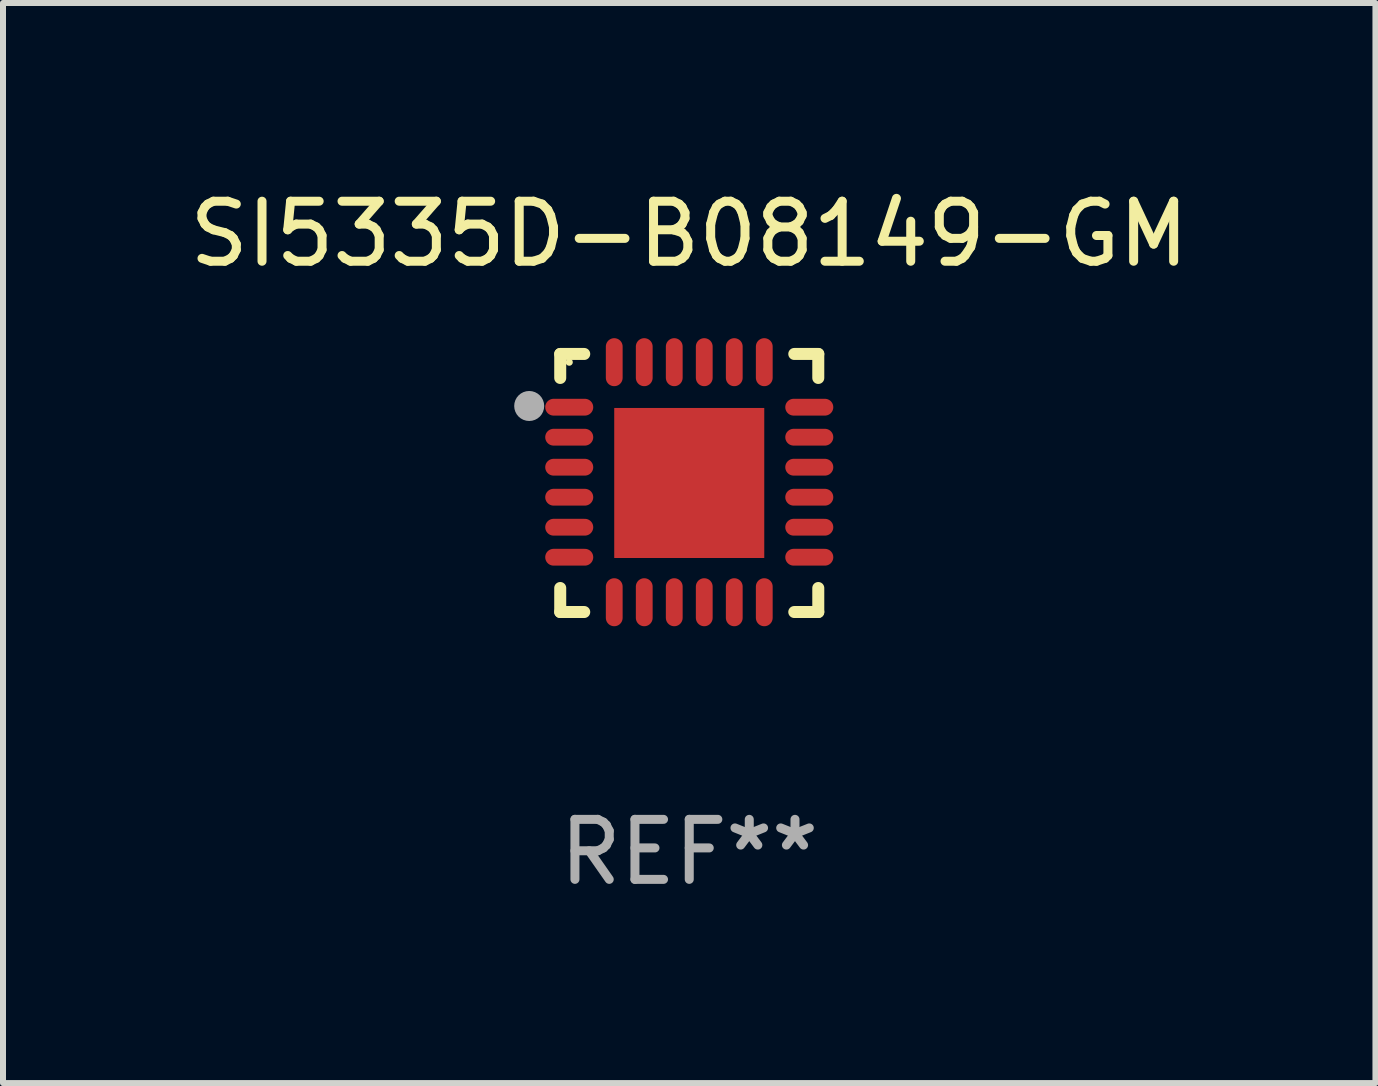
<source format=kicad_pcb>
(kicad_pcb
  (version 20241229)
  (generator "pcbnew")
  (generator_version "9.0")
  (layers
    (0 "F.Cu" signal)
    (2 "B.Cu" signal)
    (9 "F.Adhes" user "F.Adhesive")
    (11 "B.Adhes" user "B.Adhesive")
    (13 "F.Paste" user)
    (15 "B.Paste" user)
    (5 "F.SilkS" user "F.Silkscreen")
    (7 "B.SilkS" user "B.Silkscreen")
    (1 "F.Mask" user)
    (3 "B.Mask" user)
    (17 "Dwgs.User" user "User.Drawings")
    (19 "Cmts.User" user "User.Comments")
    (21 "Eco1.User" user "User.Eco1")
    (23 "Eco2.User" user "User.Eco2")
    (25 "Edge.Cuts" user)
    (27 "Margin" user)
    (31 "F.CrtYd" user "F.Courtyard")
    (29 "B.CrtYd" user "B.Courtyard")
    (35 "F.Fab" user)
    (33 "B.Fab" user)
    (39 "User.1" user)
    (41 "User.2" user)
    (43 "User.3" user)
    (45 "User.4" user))
  (footprint "SI5335D-B08149-GM"
    (layer "F.Cu")
    (at 8.435 4.998)
    (property "Reference" "SI5335D-B08149-GM" (at 0 -4.15 0) (layer "F.SilkS") (effects (font (size 1 1) (thickness 0.15))))
    (attr through_hole)
    (fp_line (start -2.15 -2.15) (end -1.75 -2.15) (stroke (width 0.2) (type solid)) (layer "F.SilkS"))
    (fp_line (start -2.15 -1.75) (end -2.15 -2.15) (stroke (width 0.2) (type solid)) (layer "F.SilkS"))
    (fp_line (start -2.15 2.15) (end -2.15 1.75) (stroke (width 0.2) (type solid)) (layer "F.SilkS"))
    (fp_line (start -1.75 2.15) (end -2.15 2.15) (stroke (width 0.2) (type solid)) (layer "F.SilkS"))
    (fp_line (start 1.75 -2.15) (end 2.15 -2.15) (stroke (width 0.2) (type solid)) (layer "F.SilkS"))
    (fp_line (start 1.75 2.15) (end 2.15 2.15) (stroke (width 0.2) (type solid)) (layer "F.SilkS"))
    (fp_line (start 2.15 -2.15) (end 2.15 -1.75) (stroke (width 0.2) (type solid)) (layer "F.SilkS"))
    (fp_line (start 2.15 2.15) (end 2.15 1.75) (stroke (width 0.2) (type solid)) (layer "F.SilkS"))
    (fp_circle (center -2 -2.013) (end -1.97 -2.013) (stroke (width 0.06) (type solid)) (fill no) (layer "F.SilkS"))
    (fp_circle (center -2.667 -1.283) (end -2.542 -1.283) (stroke (width 0.25) (type solid)) (fill no) (layer "F.Fab"))
    (fp_text user "REF**" (at 0 6.15 0) (layer "F.Fab") (effects (font (size 1 1) (thickness 0.15))))
    (pad "1" smd oval (at -2 -1.263) (size 0.8 0.28) (layers "F.Cu" "F.Mask" "F.Paste"))
    (pad "2" smd oval (at -2 -0.763) (size 0.8 0.28) (layers "F.Cu" "F.Mask" "F.Paste"))
    (pad "3" smd oval (at -2 -0.263) (size 0.8 0.28) (layers "F.Cu" "F.Mask" "F.Paste"))
    (pad "4" smd oval (at -2 0.237) (size 0.8 0.28) (layers "F.Cu" "F.Mask" "F.Paste"))
    (pad "5" smd oval (at -2 0.737) (size 0.8 0.28) (layers "F.Cu" "F.Mask" "F.Paste"))
    (pad "6" smd oval (at -2 1.237) (size 0.8 0.28) (layers "F.Cu" "F.Mask" "F.Paste"))
    (pad "7" smd oval (at -1.25 1.987) (size 0.28 0.8) (layers "F.Cu" "F.Mask" "F.Paste"))
    (pad "8" smd oval (at -0.75 1.987) (size 0.28 0.8) (layers "F.Cu" "F.Mask" "F.Paste"))
    (pad "9" smd oval (at -0.25 1.987) (size 0.28 0.8) (layers "F.Cu" "F.Mask" "F.Paste"))
    (pad "10" smd oval (at 0.25 1.987) (size 0.28 0.8) (layers "F.Cu" "F.Mask" "F.Paste"))
    (pad "11" smd oval (at 0.75 1.987) (size 0.28 0.8) (layers "F.Cu" "F.Mask" "F.Paste"))
    (pad "12" smd oval (at 1.25 1.987) (size 0.28 0.8) (layers "F.Cu" "F.Mask" "F.Paste"))
    (pad "13" smd oval (at 2 1.237) (size 0.8 0.28) (layers "F.Cu" "F.Mask" "F.Paste"))
    (pad "14" smd oval (at 2 0.737) (size 0.8 0.28) (layers "F.Cu" "F.Mask" "F.Paste"))
    (pad "15" smd oval (at 2 0.237) (size 0.8 0.28) (layers "F.Cu" "F.Mask" "F.Paste"))
    (pad "16" smd oval (at 2 -0.263) (size 0.8 0.28) (layers "F.Cu" "F.Mask" "F.Paste"))
    (pad "17" smd oval (at 2 -0.763) (size 0.8 0.28) (layers "F.Cu" "F.Mask" "F.Paste"))
    (pad "18" smd oval (at 2 -1.263) (size 0.8 0.28) (layers "F.Cu" "F.Mask" "F.Paste"))
    (pad "19" smd oval (at 1.25 -2.013) (size 0.28 0.8) (layers "F.Cu" "F.Mask" "F.Paste"))
    (pad "20" smd oval (at 0.75 -2.013) (size 0.28 0.8) (layers "F.Cu" "F.Mask" "F.Paste"))
    (pad "21" smd oval (at 0.25 -2.013) (size 0.28 0.8) (layers "F.Cu" "F.Mask" "F.Paste"))
    (pad "22" smd oval (at -0.25 -2.013) (size 0.28 0.8) (layers "F.Cu" "F.Mask" "F.Paste"))
    (pad "23" smd oval (at -0.75 -2.013) (size 0.28 0.8) (layers "F.Cu" "F.Mask" "F.Paste"))
    (pad "24" smd oval (at -1.25 -2.013) (size 0.28 0.8) (layers "F.Cu" "F.Mask" "F.Paste"))
    (pad "25" smd rect (at -0.000127 -0.00014) (size 2.5 2.5) (layers "F.Cu" "F.Mask" "F.Paste")))
  (gr_rect
    (start -3 -3)
    (end 19.869 14.997)
    (stroke (width 0.1) (type default))
    (fill no)
    (layer "Edge.Cuts")))
</source>
